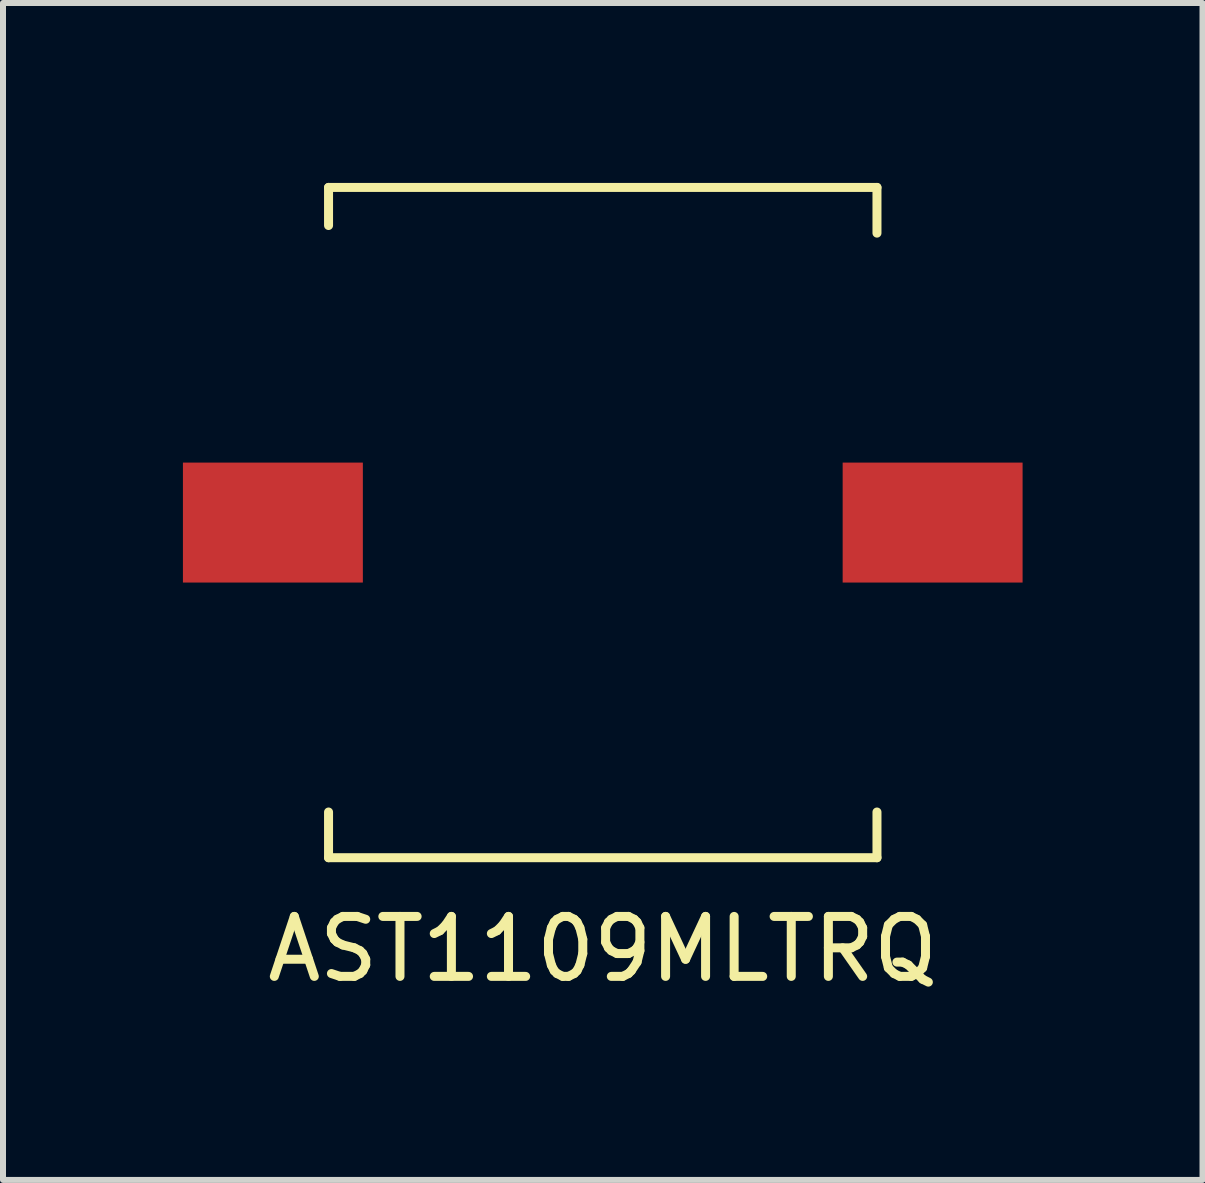
<source format=kicad_pcb>
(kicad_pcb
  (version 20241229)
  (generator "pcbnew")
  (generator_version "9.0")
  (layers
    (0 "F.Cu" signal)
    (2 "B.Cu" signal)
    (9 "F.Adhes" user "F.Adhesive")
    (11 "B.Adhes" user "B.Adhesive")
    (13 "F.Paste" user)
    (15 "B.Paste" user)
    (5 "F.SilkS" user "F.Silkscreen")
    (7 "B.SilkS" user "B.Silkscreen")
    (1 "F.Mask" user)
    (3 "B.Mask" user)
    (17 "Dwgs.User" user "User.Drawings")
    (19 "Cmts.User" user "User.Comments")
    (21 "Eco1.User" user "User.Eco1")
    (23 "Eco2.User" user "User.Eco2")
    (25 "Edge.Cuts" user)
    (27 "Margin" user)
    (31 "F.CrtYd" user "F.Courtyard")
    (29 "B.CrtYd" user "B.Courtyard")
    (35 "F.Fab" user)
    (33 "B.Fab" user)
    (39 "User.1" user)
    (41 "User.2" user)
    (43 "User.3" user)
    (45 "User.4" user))
  (footprint "AST1109MLTRQ"
    (layer "F.Cu")
    (at 7 5.663)
    (property "Reference" "AST1109MLTRQ" (at 0 7.112 0) (layer "F.SilkS") (effects (font (size 1 1) (thickness 0.15))))
    (attr through_hole)
    (fp_line (start -4.572 -5.588) (end -4.572 -4.953) (stroke (width 0.15) (type solid)) (layer "F.SilkS"))
    (fp_line (start -4.572 -5.588) (end 4.572 -5.588) (stroke (width 0.15) (type solid)) (layer "F.SilkS"))
    (fp_line (start -4.572 5.588) (end -4.572 4.826) (stroke (width 0.15) (type solid)) (layer "F.SilkS"))
    (fp_line (start -4.572 5.588) (end 4.572 5.588) (stroke (width 0.15) (type solid)) (layer "F.SilkS"))
    (fp_line (start 4.572 -5.588) (end 4.572 -4.826) (stroke (width 0.15) (type solid)) (layer "F.SilkS"))
    (fp_line (start 4.572 5.588) (end 4.572 4.826) (stroke (width 0.15) (type solid)) (layer "F.SilkS"))
    (pad "1" smd rect (at -5.5 0) (size 3 2) (layers "F.Cu" "F.Mask" "F.Paste"))
    (pad "2" smd rect (at 5.5 0) (size 3 2) (layers "F.Cu" "F.Mask" "F.Paste")))
  (gr_rect
    (start -3 -3)
    (end 17 16.623)
    (stroke (width 0.1) (type default))
    (fill no)
    (layer "Edge.Cuts")))
</source>
